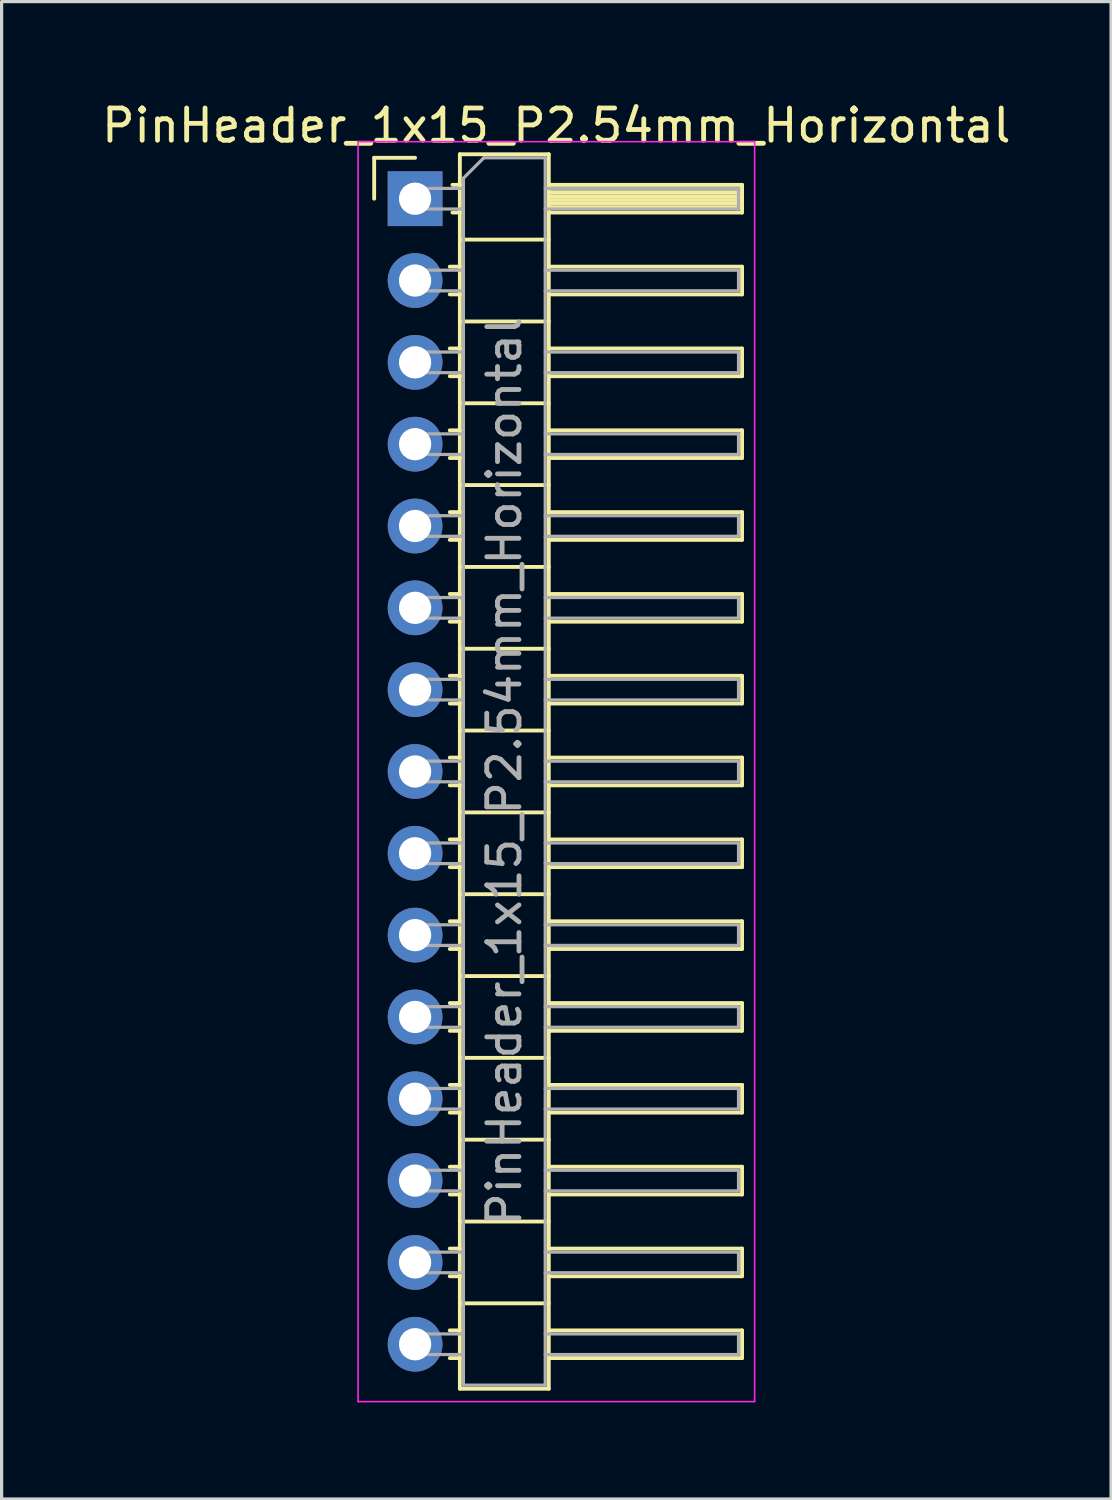
<source format=kicad_pcb>
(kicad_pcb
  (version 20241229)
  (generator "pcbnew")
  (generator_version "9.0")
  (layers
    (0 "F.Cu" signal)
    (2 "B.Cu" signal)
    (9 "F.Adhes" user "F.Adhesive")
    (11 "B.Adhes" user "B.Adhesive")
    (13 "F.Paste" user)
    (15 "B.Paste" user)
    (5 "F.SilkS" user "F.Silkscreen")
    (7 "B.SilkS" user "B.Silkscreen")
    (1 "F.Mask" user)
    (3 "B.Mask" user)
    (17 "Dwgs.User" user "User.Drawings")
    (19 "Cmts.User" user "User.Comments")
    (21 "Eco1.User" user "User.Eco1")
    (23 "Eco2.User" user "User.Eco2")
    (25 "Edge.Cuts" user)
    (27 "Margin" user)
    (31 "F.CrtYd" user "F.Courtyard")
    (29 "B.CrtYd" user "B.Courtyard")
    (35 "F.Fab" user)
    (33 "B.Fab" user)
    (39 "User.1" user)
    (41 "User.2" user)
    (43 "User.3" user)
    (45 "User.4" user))
  (footprint "PinHeader_1x15_P2.54mm_Horizontal"
    (layer "F.Cu")
    (at 9.835 3.118)
    (property "Reference" "PinHeader_1x15_P2.54mm_Horizontal" (at 4.385 -2.27 0) (layer "F.SilkS") (effects (font (size 1 1) (thickness 0.15))))
    (attr through_hole)
    (fp_line (start -1.27 -1.27) (end 0 -1.27) (stroke (width 0.12) (type solid)) (layer "F.SilkS"))
    (fp_line (start -1.27 0) (end -1.27 -1.27) (stroke (width 0.12) (type solid)) (layer "F.SilkS"))
    (fp_line (start 1.077 2.11) (end 1.39 2.11) (stroke (width 0.12) (type solid)) (layer "F.SilkS"))
    (fp_line (start 1.077 2.97) (end 1.39 2.97) (stroke (width 0.12) (type solid)) (layer "F.SilkS"))
    (fp_line (start 1.077 4.65) (end 1.39 4.65) (stroke (width 0.12) (type solid)) (layer "F.SilkS"))
    (fp_line (start 1.077 5.51) (end 1.39 5.51) (stroke (width 0.12) (type solid)) (layer "F.SilkS"))
    (fp_line (start 1.077 7.19) (end 1.39 7.19) (stroke (width 0.12) (type solid)) (layer "F.SilkS"))
    (fp_line (start 1.077 8.05) (end 1.39 8.05) (stroke (width 0.12) (type solid)) (layer "F.SilkS"))
    (fp_line (start 1.077 9.73) (end 1.39 9.73) (stroke (width 0.12) (type solid)) (layer "F.SilkS"))
    (fp_line (start 1.077 10.59) (end 1.39 10.59) (stroke (width 0.12) (type solid)) (layer "F.SilkS"))
    (fp_line (start 1.077 12.27) (end 1.39 12.27) (stroke (width 0.12) (type solid)) (layer "F.SilkS"))
    (fp_line (start 1.077 13.13) (end 1.39 13.13) (stroke (width 0.12) (type solid)) (layer "F.SilkS"))
    (fp_line (start 1.077 14.81) (end 1.39 14.81) (stroke (width 0.12) (type solid)) (layer "F.SilkS"))
    (fp_line (start 1.077 15.67) (end 1.39 15.67) (stroke (width 0.12) (type solid)) (layer "F.SilkS"))
    (fp_line (start 1.077 17.35) (end 1.39 17.35) (stroke (width 0.12) (type solid)) (layer "F.SilkS"))
    (fp_line (start 1.077 18.21) (end 1.39 18.21) (stroke (width 0.12) (type solid)) (layer "F.SilkS"))
    (fp_line (start 1.077 19.89) (end 1.39 19.89) (stroke (width 0.12) (type solid)) (layer "F.SilkS"))
    (fp_line (start 1.077 20.75) (end 1.39 20.75) (stroke (width 0.12) (type solid)) (layer "F.SilkS"))
    (fp_line (start 1.077 22.43) (end 1.39 22.43) (stroke (width 0.12) (type solid)) (layer "F.SilkS"))
    (fp_line (start 1.077 23.29) (end 1.39 23.29) (stroke (width 0.12) (type solid)) (layer "F.SilkS"))
    (fp_line (start 1.077 24.97) (end 1.39 24.97) (stroke (width 0.12) (type solid)) (layer "F.SilkS"))
    (fp_line (start 1.077 25.83) (end 1.39 25.83) (stroke (width 0.12) (type solid)) (layer "F.SilkS"))
    (fp_line (start 1.077 27.51) (end 1.39 27.51) (stroke (width 0.12) (type solid)) (layer "F.SilkS"))
    (fp_line (start 1.077 28.37) (end 1.39 28.37) (stroke (width 0.12) (type solid)) (layer "F.SilkS"))
    (fp_line (start 1.077 30.05) (end 1.39 30.05) (stroke (width 0.12) (type solid)) (layer "F.SilkS"))
    (fp_line (start 1.077 30.91) (end 1.39 30.91) (stroke (width 0.12) (type solid)) (layer "F.SilkS"))
    (fp_line (start 1.077 32.59) (end 1.39 32.59) (stroke (width 0.12) (type solid)) (layer "F.SilkS"))
    (fp_line (start 1.077 33.45) (end 1.39 33.45) (stroke (width 0.12) (type solid)) (layer "F.SilkS"))
    (fp_line (start 1.077 35.13) (end 1.39 35.13) (stroke (width 0.12) (type solid)) (layer "F.SilkS"))
    (fp_line (start 1.077 35.99) (end 1.39 35.99) (stroke (width 0.12) (type solid)) (layer "F.SilkS"))
    (fp_line (start 1.16 -0.43) (end 1.39 -0.43) (stroke (width 0.12) (type solid)) (layer "F.SilkS"))
    (fp_line (start 1.16 0.43) (end 1.39 0.43) (stroke (width 0.12) (type solid)) (layer "F.SilkS"))
    (fp_line (start 1.39 -1.38) (end 1.39 36.94) (stroke (width 0.12) (type solid)) (layer "F.SilkS"))
    (fp_line (start 1.39 1.27) (end 4.15 1.27) (stroke (width 0.12) (type solid)) (layer "F.SilkS"))
    (fp_line (start 1.39 3.81) (end 4.15 3.81) (stroke (width 0.12) (type solid)) (layer "F.SilkS"))
    (fp_line (start 1.39 6.35) (end 4.15 6.35) (stroke (width 0.12) (type solid)) (layer "F.SilkS"))
    (fp_line (start 1.39 8.89) (end 4.15 8.89) (stroke (width 0.12) (type solid)) (layer "F.SilkS"))
    (fp_line (start 1.39 11.43) (end 4.15 11.43) (stroke (width 0.12) (type solid)) (layer "F.SilkS"))
    (fp_line (start 1.39 13.97) (end 4.15 13.97) (stroke (width 0.12) (type solid)) (layer "F.SilkS"))
    (fp_line (start 1.39 16.51) (end 4.15 16.51) (stroke (width 0.12) (type solid)) (layer "F.SilkS"))
    (fp_line (start 1.39 19.05) (end 4.15 19.05) (stroke (width 0.12) (type solid)) (layer "F.SilkS"))
    (fp_line (start 1.39 21.59) (end 4.15 21.59) (stroke (width 0.12) (type solid)) (layer "F.SilkS"))
    (fp_line (start 1.39 24.13) (end 4.15 24.13) (stroke (width 0.12) (type solid)) (layer "F.SilkS"))
    (fp_line (start 1.39 26.67) (end 4.15 26.67) (stroke (width 0.12) (type solid)) (layer "F.SilkS"))
    (fp_line (start 1.39 29.21) (end 4.15 29.21) (stroke (width 0.12) (type solid)) (layer "F.SilkS"))
    (fp_line (start 1.39 31.75) (end 4.15 31.75) (stroke (width 0.12) (type solid)) (layer "F.SilkS"))
    (fp_line (start 1.39 34.29) (end 4.15 34.29) (stroke (width 0.12) (type solid)) (layer "F.SilkS"))
    (fp_line (start 1.39 36.94) (end 4.15 36.94) (stroke (width 0.12) (type solid)) (layer "F.SilkS"))
    (fp_line (start 4.15 -1.38) (end 1.39 -1.38) (stroke (width 0.12) (type solid)) (layer "F.SilkS"))
    (fp_line (start 4.15 -0.43) (end 10.15 -0.43) (stroke (width 0.12) (type solid)) (layer "F.SilkS"))
    (fp_line (start 4.15 -0.32) (end 10.15 -0.32) (stroke (width 0.12) (type solid)) (layer "F.SilkS"))
    (fp_line (start 4.15 -0.2) (end 10.15 -0.2) (stroke (width 0.12) (type solid)) (layer "F.SilkS"))
    (fp_line (start 4.15 -0.08) (end 10.15 -0.08) (stroke (width 0.12) (type solid)) (layer "F.SilkS"))
    (fp_line (start 4.15 0.04) (end 10.15 0.04) (stroke (width 0.12) (type solid)) (layer "F.SilkS"))
    (fp_line (start 4.15 0.16) (end 10.15 0.16) (stroke (width 0.12) (type solid)) (layer "F.SilkS"))
    (fp_line (start 4.15 0.28) (end 10.15 0.28) (stroke (width 0.12) (type solid)) (layer "F.SilkS"))
    (fp_line (start 4.15 2.11) (end 10.15 2.11) (stroke (width 0.12) (type solid)) (layer "F.SilkS"))
    (fp_line (start 4.15 4.65) (end 10.15 4.65) (stroke (width 0.12) (type solid)) (layer "F.SilkS"))
    (fp_line (start 4.15 7.19) (end 10.15 7.19) (stroke (width 0.12) (type solid)) (layer "F.SilkS"))
    (fp_line (start 4.15 9.73) (end 10.15 9.73) (stroke (width 0.12) (type solid)) (layer "F.SilkS"))
    (fp_line (start 4.15 12.27) (end 10.15 12.27) (stroke (width 0.12) (type solid)) (layer "F.SilkS"))
    (fp_line (start 4.15 14.81) (end 10.15 14.81) (stroke (width 0.12) (type solid)) (layer "F.SilkS"))
    (fp_line (start 4.15 17.35) (end 10.15 17.35) (stroke (width 0.12) (type solid)) (layer "F.SilkS"))
    (fp_line (start 4.15 19.89) (end 10.15 19.89) (stroke (width 0.12) (type solid)) (layer "F.SilkS"))
    (fp_line (start 4.15 22.43) (end 10.15 22.43) (stroke (width 0.12) (type solid)) (layer "F.SilkS"))
    (fp_line (start 4.15 24.97) (end 10.15 24.97) (stroke (width 0.12) (type solid)) (layer "F.SilkS"))
    (fp_line (start 4.15 27.51) (end 10.15 27.51) (stroke (width 0.12) (type solid)) (layer "F.SilkS"))
    (fp_line (start 4.15 30.05) (end 10.15 30.05) (stroke (width 0.12) (type solid)) (layer "F.SilkS"))
    (fp_line (start 4.15 32.59) (end 10.15 32.59) (stroke (width 0.12) (type solid)) (layer "F.SilkS"))
    (fp_line (start 4.15 35.13) (end 10.15 35.13) (stroke (width 0.12) (type solid)) (layer "F.SilkS"))
    (fp_line (start 4.15 36.94) (end 4.15 -1.38) (stroke (width 0.12) (type solid)) (layer "F.SilkS"))
    (fp_line (start 10.15 -0.43) (end 10.15 0.43) (stroke (width 0.12) (type solid)) (layer "F.SilkS"))
    (fp_line (start 10.15 0.43) (end 4.15 0.43) (stroke (width 0.12) (type solid)) (layer "F.SilkS"))
    (fp_line (start 10.15 2.11) (end 10.15 2.97) (stroke (width 0.12) (type solid)) (layer "F.SilkS"))
    (fp_line (start 10.15 2.97) (end 4.15 2.97) (stroke (width 0.12) (type solid)) (layer "F.SilkS"))
    (fp_line (start 10.15 4.65) (end 10.15 5.51) (stroke (width 0.12) (type solid)) (layer "F.SilkS"))
    (fp_line (start 10.15 5.51) (end 4.15 5.51) (stroke (width 0.12) (type solid)) (layer "F.SilkS"))
    (fp_line (start 10.15 7.19) (end 10.15 8.05) (stroke (width 0.12) (type solid)) (layer "F.SilkS"))
    (fp_line (start 10.15 8.05) (end 4.15 8.05) (stroke (width 0.12) (type solid)) (layer "F.SilkS"))
    (fp_line (start 10.15 9.73) (end 10.15 10.59) (stroke (width 0.12) (type solid)) (layer "F.SilkS"))
    (fp_line (start 10.15 10.59) (end 4.15 10.59) (stroke (width 0.12) (type solid)) (layer "F.SilkS"))
    (fp_line (start 10.15 12.27) (end 10.15 13.13) (stroke (width 0.12) (type solid)) (layer "F.SilkS"))
    (fp_line (start 10.15 13.13) (end 4.15 13.13) (stroke (width 0.12) (type solid)) (layer "F.SilkS"))
    (fp_line (start 10.15 14.81) (end 10.15 15.67) (stroke (width 0.12) (type solid)) (layer "F.SilkS"))
    (fp_line (start 10.15 15.67) (end 4.15 15.67) (stroke (width 0.12) (type solid)) (layer "F.SilkS"))
    (fp_line (start 10.15 17.35) (end 10.15 18.21) (stroke (width 0.12) (type solid)) (layer "F.SilkS"))
    (fp_line (start 10.15 18.21) (end 4.15 18.21) (stroke (width 0.12) (type solid)) (layer "F.SilkS"))
    (fp_line (start 10.15 19.89) (end 10.15 20.75) (stroke (width 0.12) (type solid)) (layer "F.SilkS"))
    (fp_line (start 10.15 20.75) (end 4.15 20.75) (stroke (width 0.12) (type solid)) (layer "F.SilkS"))
    (fp_line (start 10.15 22.43) (end 10.15 23.29) (stroke (width 0.12) (type solid)) (layer "F.SilkS"))
    (fp_line (start 10.15 23.29) (end 4.15 23.29) (stroke (width 0.12) (type solid)) (layer "F.SilkS"))
    (fp_line (start 10.15 24.97) (end 10.15 25.83) (stroke (width 0.12) (type solid)) (layer "F.SilkS"))
    (fp_line (start 10.15 25.83) (end 4.15 25.83) (stroke (width 0.12) (type solid)) (layer "F.SilkS"))
    (fp_line (start 10.15 27.51) (end 10.15 28.37) (stroke (width 0.12) (type solid)) (layer "F.SilkS"))
    (fp_line (start 10.15 28.37) (end 4.15 28.37) (stroke (width 0.12) (type solid)) (layer "F.SilkS"))
    (fp_line (start 10.15 30.05) (end 10.15 30.91) (stroke (width 0.12) (type solid)) (layer "F.SilkS"))
    (fp_line (start 10.15 30.91) (end 4.15 30.91) (stroke (width 0.12) (type solid)) (layer "F.SilkS"))
    (fp_line (start 10.15 32.59) (end 10.15 33.45) (stroke (width 0.12) (type solid)) (layer "F.SilkS"))
    (fp_line (start 10.15 33.45) (end 4.15 33.45) (stroke (width 0.12) (type solid)) (layer "F.SilkS"))
    (fp_line (start 10.15 35.13) (end 10.15 35.99) (stroke (width 0.12) (type solid)) (layer "F.SilkS"))
    (fp_line (start 10.15 35.99) (end 4.15 35.99) (stroke (width 0.12) (type solid)) (layer "F.SilkS"))
    (fp_line (start -1.77 -1.77) (end -1.77 37.34) (stroke (width 0.05) (type solid)) (layer "F.CrtYd"))
    (fp_line (start -1.77 37.34) (end 10.54 37.34) (stroke (width 0.05) (type solid)) (layer "F.CrtYd"))
    (fp_line (start 10.54 -1.77) (end -1.77 -1.77) (stroke (width 0.05) (type solid)) (layer "F.CrtYd"))
    (fp_line (start 10.54 37.34) (end 10.54 -1.77) (stroke (width 0.05) (type solid)) (layer "F.CrtYd"))
    (fp_line (start -0.32 -0.32) (end -0.32 0.32) (stroke (width 0.1) (type solid)) (layer "F.Fab"))
    (fp_line (start -0.32 -0.32) (end 1.5 -0.32) (stroke (width 0.1) (type solid)) (layer "F.Fab"))
    (fp_line (start -0.32 0.32) (end 1.5 0.32) (stroke (width 0.1) (type solid)) (layer "F.Fab"))
    (fp_line (start -0.32 2.22) (end -0.32 2.86) (stroke (width 0.1) (type solid)) (layer "F.Fab"))
    (fp_line (start -0.32 2.22) (end 1.5 2.22) (stroke (width 0.1) (type solid)) (layer "F.Fab"))
    (fp_line (start -0.32 2.86) (end 1.5 2.86) (stroke (width 0.1) (type solid)) (layer "F.Fab"))
    (fp_line (start -0.32 4.76) (end -0.32 5.4) (stroke (width 0.1) (type solid)) (layer "F.Fab"))
    (fp_line (start -0.32 4.76) (end 1.5 4.76) (stroke (width 0.1) (type solid)) (layer "F.Fab"))
    (fp_line (start -0.32 5.4) (end 1.5 5.4) (stroke (width 0.1) (type solid)) (layer "F.Fab"))
    (fp_line (start -0.32 7.3) (end -0.32 7.94) (stroke (width 0.1) (type solid)) (layer "F.Fab"))
    (fp_line (start -0.32 7.3) (end 1.5 7.3) (stroke (width 0.1) (type solid)) (layer "F.Fab"))
    (fp_line (start -0.32 7.94) (end 1.5 7.94) (stroke (width 0.1) (type solid)) (layer "F.Fab"))
    (fp_line (start -0.32 9.84) (end -0.32 10.48) (stroke (width 0.1) (type solid)) (layer "F.Fab"))
    (fp_line (start -0.32 9.84) (end 1.5 9.84) (stroke (width 0.1) (type solid)) (layer "F.Fab"))
    (fp_line (start -0.32 10.48) (end 1.5 10.48) (stroke (width 0.1) (type solid)) (layer "F.Fab"))
    (fp_line (start -0.32 12.38) (end -0.32 13.02) (stroke (width 0.1) (type solid)) (layer "F.Fab"))
    (fp_line (start -0.32 12.38) (end 1.5 12.38) (stroke (width 0.1) (type solid)) (layer "F.Fab"))
    (fp_line (start -0.32 13.02) (end 1.5 13.02) (stroke (width 0.1) (type solid)) (layer "F.Fab"))
    (fp_line (start -0.32 14.92) (end -0.32 15.56) (stroke (width 0.1) (type solid)) (layer "F.Fab"))
    (fp_line (start -0.32 14.92) (end 1.5 14.92) (stroke (width 0.1) (type solid)) (layer "F.Fab"))
    (fp_line (start -0.32 15.56) (end 1.5 15.56) (stroke (width 0.1) (type solid)) (layer "F.Fab"))
    (fp_line (start -0.32 17.46) (end -0.32 18.1) (stroke (width 0.1) (type solid)) (layer "F.Fab"))
    (fp_line (start -0.32 17.46) (end 1.5 17.46) (stroke (width 0.1) (type solid)) (layer "F.Fab"))
    (fp_line (start -0.32 18.1) (end 1.5 18.1) (stroke (width 0.1) (type solid)) (layer "F.Fab"))
    (fp_line (start -0.32 20) (end -0.32 20.64) (stroke (width 0.1) (type solid)) (layer "F.Fab"))
    (fp_line (start -0.32 20) (end 1.5 20) (stroke (width 0.1) (type solid)) (layer "F.Fab"))
    (fp_line (start -0.32 20.64) (end 1.5 20.64) (stroke (width 0.1) (type solid)) (layer "F.Fab"))
    (fp_line (start -0.32 22.54) (end -0.32 23.18) (stroke (width 0.1) (type solid)) (layer "F.Fab"))
    (fp_line (start -0.32 22.54) (end 1.5 22.54) (stroke (width 0.1) (type solid)) (layer "F.Fab"))
    (fp_line (start -0.32 23.18) (end 1.5 23.18) (stroke (width 0.1) (type solid)) (layer "F.Fab"))
    (fp_line (start -0.32 25.08) (end -0.32 25.72) (stroke (width 0.1) (type solid)) (layer "F.Fab"))
    (fp_line (start -0.32 25.08) (end 1.5 25.08) (stroke (width 0.1) (type solid)) (layer "F.Fab"))
    (fp_line (start -0.32 25.72) (end 1.5 25.72) (stroke (width 0.1) (type solid)) (layer "F.Fab"))
    (fp_line (start -0.32 27.62) (end -0.32 28.26) (stroke (width 0.1) (type solid)) (layer "F.Fab"))
    (fp_line (start -0.32 27.62) (end 1.5 27.62) (stroke (width 0.1) (type solid)) (layer "F.Fab"))
    (fp_line (start -0.32 28.26) (end 1.5 28.26) (stroke (width 0.1) (type solid)) (layer "F.Fab"))
    (fp_line (start -0.32 30.16) (end -0.32 30.8) (stroke (width 0.1) (type solid)) (layer "F.Fab"))
    (fp_line (start -0.32 30.16) (end 1.5 30.16) (stroke (width 0.1) (type solid)) (layer "F.Fab"))
    (fp_line (start -0.32 30.8) (end 1.5 30.8) (stroke (width 0.1) (type solid)) (layer "F.Fab"))
    (fp_line (start -0.32 32.7) (end -0.32 33.34) (stroke (width 0.1) (type solid)) (layer "F.Fab"))
    (fp_line (start -0.32 32.7) (end 1.5 32.7) (stroke (width 0.1) (type solid)) (layer "F.Fab"))
    (fp_line (start -0.32 33.34) (end 1.5 33.34) (stroke (width 0.1) (type solid)) (layer "F.Fab"))
    (fp_line (start -0.32 35.24) (end -0.32 35.88) (stroke (width 0.1) (type solid)) (layer "F.Fab"))
    (fp_line (start -0.32 35.24) (end 1.5 35.24) (stroke (width 0.1) (type solid)) (layer "F.Fab"))
    (fp_line (start -0.32 35.88) (end 1.5 35.88) (stroke (width 0.1) (type solid)) (layer "F.Fab"))
    (fp_line (start 1.5 -0.635) (end 2.135 -1.27) (stroke (width 0.1) (type solid)) (layer "F.Fab"))
    (fp_line (start 1.5 36.83) (end 1.5 -0.635) (stroke (width 0.1) (type solid)) (layer "F.Fab"))
    (fp_line (start 2.135 -1.27) (end 4.04 -1.27) (stroke (width 0.1) (type solid)) (layer "F.Fab"))
    (fp_line (start 4.04 -1.27) (end 4.04 36.83) (stroke (width 0.1) (type solid)) (layer "F.Fab"))
    (fp_line (start 4.04 -0.32) (end 10.04 -0.32) (stroke (width 0.1) (type solid)) (layer "F.Fab"))
    (fp_line (start 4.04 0.32) (end 10.04 0.32) (stroke (width 0.1) (type solid)) (layer "F.Fab"))
    (fp_line (start 4.04 2.22) (end 10.04 2.22) (stroke (width 0.1) (type solid)) (layer "F.Fab"))
    (fp_line (start 4.04 2.86) (end 10.04 2.86) (stroke (width 0.1) (type solid)) (layer "F.Fab"))
    (fp_line (start 4.04 4.76) (end 10.04 4.76) (stroke (width 0.1) (type solid)) (layer "F.Fab"))
    (fp_line (start 4.04 5.4) (end 10.04 5.4) (stroke (width 0.1) (type solid)) (layer "F.Fab"))
    (fp_line (start 4.04 7.3) (end 10.04 7.3) (stroke (width 0.1) (type solid)) (layer "F.Fab"))
    (fp_line (start 4.04 7.94) (end 10.04 7.94) (stroke (width 0.1) (type solid)) (layer "F.Fab"))
    (fp_line (start 4.04 9.84) (end 10.04 9.84) (stroke (width 0.1) (type solid)) (layer "F.Fab"))
    (fp_line (start 4.04 10.48) (end 10.04 10.48) (stroke (width 0.1) (type solid)) (layer "F.Fab"))
    (fp_line (start 4.04 12.38) (end 10.04 12.38) (stroke (width 0.1) (type solid)) (layer "F.Fab"))
    (fp_line (start 4.04 13.02) (end 10.04 13.02) (stroke (width 0.1) (type solid)) (layer "F.Fab"))
    (fp_line (start 4.04 14.92) (end 10.04 14.92) (stroke (width 0.1) (type solid)) (layer "F.Fab"))
    (fp_line (start 4.04 15.56) (end 10.04 15.56) (stroke (width 0.1) (type solid)) (layer "F.Fab"))
    (fp_line (start 4.04 17.46) (end 10.04 17.46) (stroke (width 0.1) (type solid)) (layer "F.Fab"))
    (fp_line (start 4.04 18.1) (end 10.04 18.1) (stroke (width 0.1) (type solid)) (layer "F.Fab"))
    (fp_line (start 4.04 20) (end 10.04 20) (stroke (width 0.1) (type solid)) (layer "F.Fab"))
    (fp_line (start 4.04 20.64) (end 10.04 20.64) (stroke (width 0.1) (type solid)) (layer "F.Fab"))
    (fp_line (start 4.04 22.54) (end 10.04 22.54) (stroke (width 0.1) (type solid)) (layer "F.Fab"))
    (fp_line (start 4.04 23.18) (end 10.04 23.18) (stroke (width 0.1) (type solid)) (layer "F.Fab"))
    (fp_line (start 4.04 25.08) (end 10.04 25.08) (stroke (width 0.1) (type solid)) (layer "F.Fab"))
    (fp_line (start 4.04 25.72) (end 10.04 25.72) (stroke (width 0.1) (type solid)) (layer "F.Fab"))
    (fp_line (start 4.04 27.62) (end 10.04 27.62) (stroke (width 0.1) (type solid)) (layer "F.Fab"))
    (fp_line (start 4.04 28.26) (end 10.04 28.26) (stroke (width 0.1) (type solid)) (layer "F.Fab"))
    (fp_line (start 4.04 30.16) (end 10.04 30.16) (stroke (width 0.1) (type solid)) (layer "F.Fab"))
    (fp_line (start 4.04 30.8) (end 10.04 30.8) (stroke (width 0.1) (type solid)) (layer "F.Fab"))
    (fp_line (start 4.04 32.7) (end 10.04 32.7) (stroke (width 0.1) (type solid)) (layer "F.Fab"))
    (fp_line (start 4.04 33.34) (end 10.04 33.34) (stroke (width 0.1) (type solid)) (layer "F.Fab"))
    (fp_line (start 4.04 35.24) (end 10.04 35.24) (stroke (width 0.1) (type solid)) (layer "F.Fab"))
    (fp_line (start 4.04 35.88) (end 10.04 35.88) (stroke (width 0.1) (type solid)) (layer "F.Fab"))
    (fp_line (start 4.04 36.83) (end 1.5 36.83) (stroke (width 0.1) (type solid)) (layer "F.Fab"))
    (fp_line (start 10.04 -0.32) (end 10.04 0.32) (stroke (width 0.1) (type solid)) (layer "F.Fab"))
    (fp_line (start 10.04 2.22) (end 10.04 2.86) (stroke (width 0.1) (type solid)) (layer "F.Fab"))
    (fp_line (start 10.04 4.76) (end 10.04 5.4) (stroke (width 0.1) (type solid)) (layer "F.Fab"))
    (fp_line (start 10.04 7.3) (end 10.04 7.94) (stroke (width 0.1) (type solid)) (layer "F.Fab"))
    (fp_line (start 10.04 9.84) (end 10.04 10.48) (stroke (width 0.1) (type solid)) (layer "F.Fab"))
    (fp_line (start 10.04 12.38) (end 10.04 13.02) (stroke (width 0.1) (type solid)) (layer "F.Fab"))
    (fp_line (start 10.04 14.92) (end 10.04 15.56) (stroke (width 0.1) (type solid)) (layer "F.Fab"))
    (fp_line (start 10.04 17.46) (end 10.04 18.1) (stroke (width 0.1) (type solid)) (layer "F.Fab"))
    (fp_line (start 10.04 20) (end 10.04 20.64) (stroke (width 0.1) (type solid)) (layer "F.Fab"))
    (fp_line (start 10.04 22.54) (end 10.04 23.18) (stroke (width 0.1) (type solid)) (layer "F.Fab"))
    (fp_line (start 10.04 25.08) (end 10.04 25.72) (stroke (width 0.1) (type solid)) (layer "F.Fab"))
    (fp_line (start 10.04 27.62) (end 10.04 28.26) (stroke (width 0.1) (type solid)) (layer "F.Fab"))
    (fp_line (start 10.04 30.16) (end 10.04 30.8) (stroke (width 0.1) (type solid)) (layer "F.Fab"))
    (fp_line (start 10.04 32.7) (end 10.04 33.34) (stroke (width 0.1) (type solid)) (layer "F.Fab"))
    (fp_line (start 10.04 35.24) (end 10.04 35.88) (stroke (width 0.1) (type solid)) (layer "F.Fab"))
    (fp_text user "${REFERENCE}" (at 2.77 17.78 90) (layer "F.Fab") (effects (font (size 1 1) (thickness 0.15))))
    (pad "1" thru_hole rect (at 0 0) (size 1.7 1.7) (drill 1) (layers "*.Cu" "*.Mask"))
    (pad "2" thru_hole circle (at 0 2.54) (size 1.7 1.7) (drill 1) (layers "*.Cu" "*.Mask"))
    (pad "3" thru_hole circle (at 0 5.08) (size 1.7 1.7) (drill 1) (layers "*.Cu" "*.Mask"))
    (pad "4" thru_hole circle (at 0 7.62) (size 1.7 1.7) (drill 1) (layers "*.Cu" "*.Mask"))
    (pad "5" thru_hole circle (at 0 10.16) (size 1.7 1.7) (drill 1) (layers "*.Cu" "*.Mask"))
    (pad "6" thru_hole circle (at 0 12.7) (size 1.7 1.7) (drill 1) (layers "*.Cu" "*.Mask"))
    (pad "7" thru_hole circle (at 0 15.24) (size 1.7 1.7) (drill 1) (layers "*.Cu" "*.Mask"))
    (pad "8" thru_hole circle (at 0 17.78) (size 1.7 1.7) (drill 1) (layers "*.Cu" "*.Mask"))
    (pad "9" thru_hole circle (at 0 20.32) (size 1.7 1.7) (drill 1) (layers "*.Cu" "*.Mask"))
    (pad "10" thru_hole circle (at 0 22.86) (size 1.7 1.7) (drill 1) (layers "*.Cu" "*.Mask"))
    (pad "11" thru_hole circle (at 0 25.4) (size 1.7 1.7) (drill 1) (layers "*.Cu" "*.Mask"))
    (pad "12" thru_hole circle (at 0 27.94) (size 1.7 1.7) (drill 1) (layers "*.Cu" "*.Mask"))
    (pad "13" thru_hole circle (at 0 30.48) (size 1.7 1.7) (drill 1) (layers "*.Cu" "*.Mask"))
    (pad "14" thru_hole circle (at 0 33.02) (size 1.7 1.7) (drill 1) (layers "*.Cu" "*.Mask"))
    (pad "15" thru_hole circle (at 0 35.56) (size 1.7 1.7) (drill 1) (layers "*.Cu" "*.Mask")))
  (gr_rect
    (start -3 -3)
    (end 31.44 43.483)
    (stroke (width 0.1) (type default))
    (fill no)
    (layer "Edge.Cuts")))
</source>
